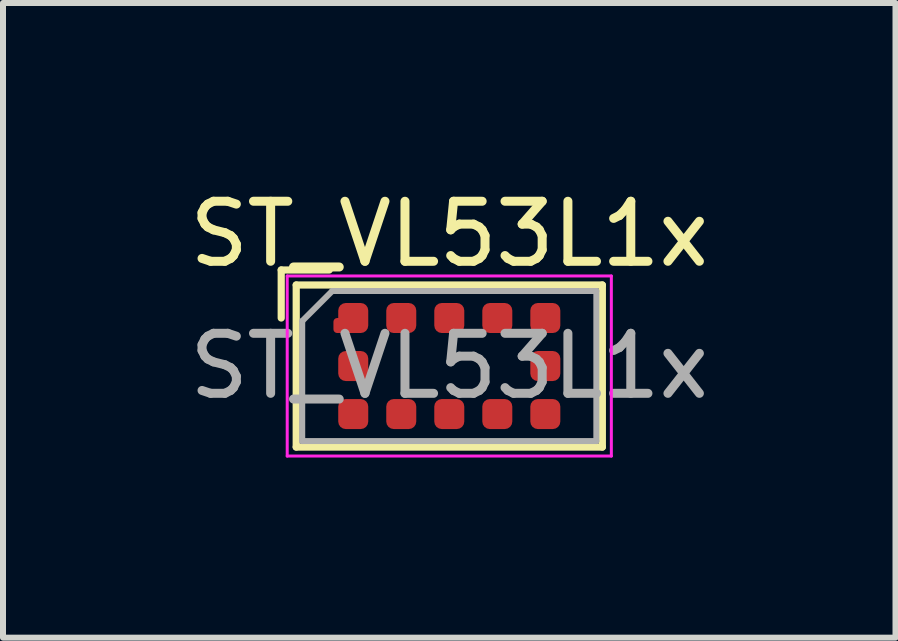
<source format=kicad_pcb>
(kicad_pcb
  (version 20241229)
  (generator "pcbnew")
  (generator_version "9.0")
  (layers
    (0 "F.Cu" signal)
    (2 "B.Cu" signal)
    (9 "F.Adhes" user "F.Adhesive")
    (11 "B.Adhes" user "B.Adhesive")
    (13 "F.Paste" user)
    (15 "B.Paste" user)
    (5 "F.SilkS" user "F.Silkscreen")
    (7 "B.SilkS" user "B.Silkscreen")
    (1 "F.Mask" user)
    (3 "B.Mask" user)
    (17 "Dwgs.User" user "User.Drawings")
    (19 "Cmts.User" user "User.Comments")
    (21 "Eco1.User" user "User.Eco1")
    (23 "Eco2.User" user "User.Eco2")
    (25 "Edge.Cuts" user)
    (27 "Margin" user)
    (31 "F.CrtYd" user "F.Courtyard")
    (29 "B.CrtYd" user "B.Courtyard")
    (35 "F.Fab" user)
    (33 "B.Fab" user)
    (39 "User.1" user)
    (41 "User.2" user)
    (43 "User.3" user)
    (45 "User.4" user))
  (footprint "ST_VL53L1x"
    (layer "F.Cu")
    (at 4.435 3.048)
    (property "Reference" "ST_VL53L1x" (at 0 -2.2 0) (layer "F.SilkS") (effects (font (size 1 1) (thickness 0.15))))
    (attr smd)
    (fp_line (start -2.8 -1.6) (end -2 -1.6) (stroke (width 0.12) (type solid)) (layer "F.SilkS"))
    (fp_line (start -2.8 -0.8) (end -2.8 -1.6) (stroke (width 0.12) (type solid)) (layer "F.SilkS"))
    (fp_line (start -2.55 -1.35) (end -2.55 1.35) (stroke (width 0.12) (type solid)) (layer "F.SilkS"))
    (fp_line (start -2.55 1.35) (end 2.55 1.35) (stroke (width 0.12) (type solid)) (layer "F.SilkS"))
    (fp_line (start 2.55 -1.35) (end -2.55 -1.35) (stroke (width 0.12) (type solid)) (layer "F.SilkS"))
    (fp_line (start 2.55 1.35) (end 2.55 -1.35) (stroke (width 0.12) (type solid)) (layer "F.SilkS"))
    (fp_line (start -2.7 -1.5) (end -2.7 1.5) (stroke (width 0.05) (type solid)) (layer "F.CrtYd"))
    (fp_line (start -2.7 1.5) (end 2.7 1.5) (stroke (width 0.05) (type solid)) (layer "F.CrtYd"))
    (fp_line (start 2.7 -1.5) (end -2.7 -1.5) (stroke (width 0.05) (type solid)) (layer "F.CrtYd"))
    (fp_line (start 2.7 1.5) (end 2.7 -1.5) (stroke (width 0.05) (type solid)) (layer "F.CrtYd"))
    (fp_line (start -2.45 -0.75) (end -2.45 1.25) (stroke (width 0.1) (type solid)) (layer "F.Fab"))
    (fp_line (start -2.45 -0.75) (end -1.95 -1.25) (stroke (width 0.1) (type solid)) (layer "F.Fab"))
    (fp_line (start -1.95 -1.25) (end 2.45 -1.25) (stroke (width 0.1) (type solid)) (layer "F.Fab"))
    (fp_line (start 2.45 -1.25) (end 2.45 1.25) (stroke (width 0.1) (type solid)) (layer "F.Fab"))
    (fp_line (start 2.45 1.25) (end -2.45 1.25) (stroke (width 0.1) (type solid)) (layer "F.Fab"))
    (fp_text user "${REFERENCE}" (at 0 0 0) (layer "F.Fab") (effects (font (size 1 1) (thickness 0.15))))
    (pad "1" smd roundrect (at -1.74 -0.675) (size 0.38 0.25) (layers "F.Cu" "F.Mask" "F.Paste") (roundrect_rratio 0.25))
    (pad "1" smd roundrect (at -1.6 -0.8) (size 0.5 0.5) (layers "F.Cu" "F.Mask" "F.Paste") (roundrect_rratio 0.25))
    (pad "2" smd roundrect (at -0.8 -0.8) (size 0.5 0.5) (layers "F.Cu" "F.Mask" "F.Paste") (roundrect_rratio 0.25))
    (pad "3" smd roundrect (at 0 -0.8) (size 0.5 0.5) (layers "F.Cu" "F.Mask" "F.Paste") (roundrect_rratio 0.25))
    (pad "4" smd roundrect (at 0.8 -0.8) (size 0.5 0.5) (layers "F.Cu" "F.Mask" "F.Paste") (roundrect_rratio 0.25))
    (pad "5" smd roundrect (at 1.6 -0.8) (size 0.5 0.5) (layers "F.Cu" "F.Mask" "F.Paste") (roundrect_rratio 0.25))
    (pad "6" smd roundrect (at 1.6 0) (size 0.5 0.5) (layers "F.Cu" "F.Mask" "F.Paste") (roundrect_rratio 0.25))
    (pad "7" smd roundrect (at 1.6 0.8) (size 0.5 0.5) (layers "F.Cu" "F.Mask" "F.Paste") (roundrect_rratio 0.25))
    (pad "8" smd roundrect (at 0.8 0.8) (size 0.5 0.5) (layers "F.Cu" "F.Mask" "F.Paste") (roundrect_rratio 0.25))
    (pad "9" smd roundrect (at 0 0.8) (size 0.5 0.5) (layers "F.Cu" "F.Mask" "F.Paste") (roundrect_rratio 0.25))
    (pad "10" smd roundrect (at -0.8 0.8) (size 0.5 0.5) (layers "F.Cu" "F.Mask" "F.Paste") (roundrect_rratio 0.25))
    (pad "11" smd roundrect (at -1.6 0.8) (size 0.5 0.5) (layers "F.Cu" "F.Mask" "F.Paste") (roundrect_rratio 0.25))
    (pad "12" smd roundrect (at -1.6 0) (size 0.5 0.5) (layers "F.Cu" "F.Mask" "F.Paste") (roundrect_rratio 0.25)))
  (gr_rect
    (start -3 -3)
    (end 11.869 7.573)
    (stroke (width 0.1) (type default))
    (fill no)
    (layer "Edge.Cuts")))
</source>
